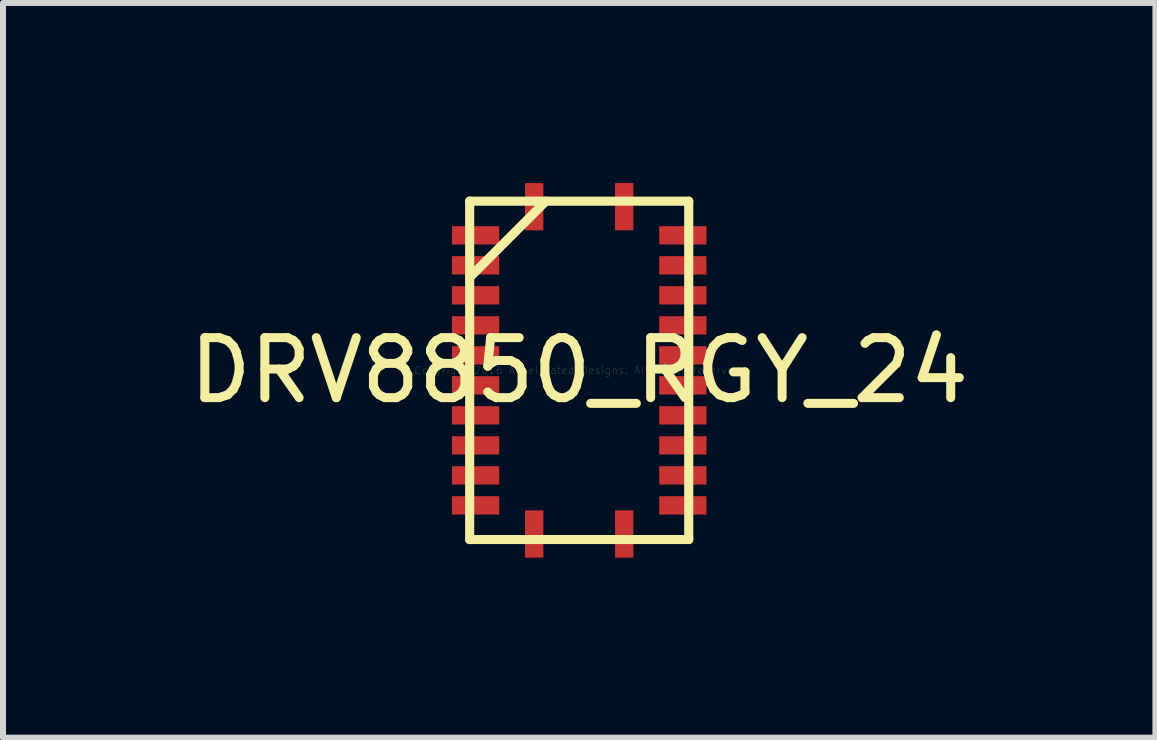
<source format=kicad_pcb>
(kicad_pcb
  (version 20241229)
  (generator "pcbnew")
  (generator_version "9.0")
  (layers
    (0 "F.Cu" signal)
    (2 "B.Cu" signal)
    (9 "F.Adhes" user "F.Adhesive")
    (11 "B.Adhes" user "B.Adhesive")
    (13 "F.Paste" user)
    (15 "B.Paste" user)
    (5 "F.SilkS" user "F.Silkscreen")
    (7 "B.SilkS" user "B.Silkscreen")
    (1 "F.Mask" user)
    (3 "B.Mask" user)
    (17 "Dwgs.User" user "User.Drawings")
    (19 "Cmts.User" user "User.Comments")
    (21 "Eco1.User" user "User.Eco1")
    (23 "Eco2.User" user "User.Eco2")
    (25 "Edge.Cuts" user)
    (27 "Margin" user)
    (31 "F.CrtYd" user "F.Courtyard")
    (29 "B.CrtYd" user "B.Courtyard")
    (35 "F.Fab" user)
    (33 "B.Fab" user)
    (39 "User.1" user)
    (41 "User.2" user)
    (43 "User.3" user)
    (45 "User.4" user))
  (footprint "DRV8850_RGY_24"
    (layer "F.Cu")
    (at 6.601 3.121)
    (property "Reference" "DRV8850_RGY_24" (at 0 0 0) (layer "F.SilkS") (effects (font (size 1 1) (thickness 0.15))))
    (attr through_hole)
    (fp_line (start -1.825 -2.819) (end -1.825 2.819) (stroke (width 0.152) (type solid)) (layer "F.SilkS"))
    (fp_line (start -1.825 -1.549) (end -0.555 -2.819) (stroke (width 0.152) (type solid)) (layer "F.SilkS"))
    (fp_line (start -1.825 2.819) (end 1.825 2.819) (stroke (width 0.152) (type solid)) (layer "F.SilkS"))
    (fp_line (start 1.825 -2.819) (end -1.825 -2.819) (stroke (width 0.152) (type solid)) (layer "F.SilkS"))
    (fp_line (start 1.825 2.819) (end 1.825 -2.819) (stroke (width 0.152) (type solid)) (layer "F.SilkS"))
    (fp_text user "Copyright 2016 Accelerated Designs. All rights reserved." (at 0 0 0) (layer "F.SilkS") (effects (font (size 0.127 0.127) (thickness 0.002))))
    (pad "1" smd rect (at -0.75 -2.727) (size 0.305 0.787) (layers "F.Cu" "F.Mask" "F.Paste"))
    (pad "2" smd rect (at -1.727 -2.25 90) (size 0.305 0.787) (layers "F.Cu" "F.Mask" "F.Paste"))
    (pad "3" smd rect (at -1.727 -1.75 90) (size 0.305 0.787) (layers "F.Cu" "F.Mask" "F.Paste"))
    (pad "4" smd rect (at -1.727 -1.25 90) (size 0.305 0.787) (layers "F.Cu" "F.Mask" "F.Paste"))
    (pad "5" smd rect (at -1.727 -0.75 90) (size 0.305 0.787) (layers "F.Cu" "F.Mask" "F.Paste"))
    (pad "6" smd rect (at -1.727 -0.25 90) (size 0.305 0.787) (layers "F.Cu" "F.Mask" "F.Paste"))
    (pad "7" smd rect (at -1.727 0.25 90) (size 0.305 0.787) (layers "F.Cu" "F.Mask" "F.Paste"))
    (pad "8" smd rect (at -1.727 0.75 90) (size 0.305 0.787) (layers "F.Cu" "F.Mask" "F.Paste"))
    (pad "9" smd rect (at -1.727 1.25 90) (size 0.305 0.787) (layers "F.Cu" "F.Mask" "F.Paste"))
    (pad "10" smd rect (at -1.727 1.75 90) (size 0.305 0.787) (layers "F.Cu" "F.Mask" "F.Paste"))
    (pad "11" smd rect (at -1.727 2.25 90) (size 0.305 0.787) (layers "F.Cu" "F.Mask" "F.Paste"))
    (pad "12" smd rect (at -0.75 2.727) (size 0.305 0.787) (layers "F.Cu" "F.Mask" "F.Paste"))
    (pad "13" smd rect (at 0.75 2.727) (size 0.305 0.787) (layers "F.Cu" "F.Mask" "F.Paste"))
    (pad "14" smd rect (at 1.727 2.25 90) (size 0.305 0.787) (layers "F.Cu" "F.Mask" "F.Paste"))
    (pad "15" smd rect (at 1.727 1.75 90) (size 0.305 0.787) (layers "F.Cu" "F.Mask" "F.Paste"))
    (pad "16" smd rect (at 1.727 1.25 90) (size 0.305 0.787) (layers "F.Cu" "F.Mask" "F.Paste"))
    (pad "17" smd rect (at 1.727 0.75 90) (size 0.305 0.787) (layers "F.Cu" "F.Mask" "F.Paste"))
    (pad "18" smd rect (at 1.727 0.25 90) (size 0.305 0.787) (layers "F.Cu" "F.Mask" "F.Paste"))
    (pad "19" smd rect (at 1.727 -0.25 90) (size 0.305 0.787) (layers "F.Cu" "F.Mask" "F.Paste"))
    (pad "20" smd rect (at 1.727 -0.75 90) (size 0.305 0.787) (layers "F.Cu" "F.Mask" "F.Paste"))
    (pad "21" smd rect (at 1.727 -1.25 90) (size 0.305 0.787) (layers "F.Cu" "F.Mask" "F.Paste"))
    (pad "22" smd rect (at 1.727 -1.75 90) (size 0.305 0.787) (layers "F.Cu" "F.Mask" "F.Paste"))
    (pad "23" smd rect (at 1.727 -2.25 90) (size 0.305 0.787) (layers "F.Cu" "F.Mask" "F.Paste"))
    (pad "24" smd rect (at 0.75 -2.727) (size 0.305 0.787) (layers "F.Cu" "F.Mask" "F.Paste")))
  (gr_rect
    (start -3 -3)
    (end 16.202 9.242)
    (stroke (width 0.1) (type default))
    (fill no)
    (layer "Edge.Cuts")))
</source>
